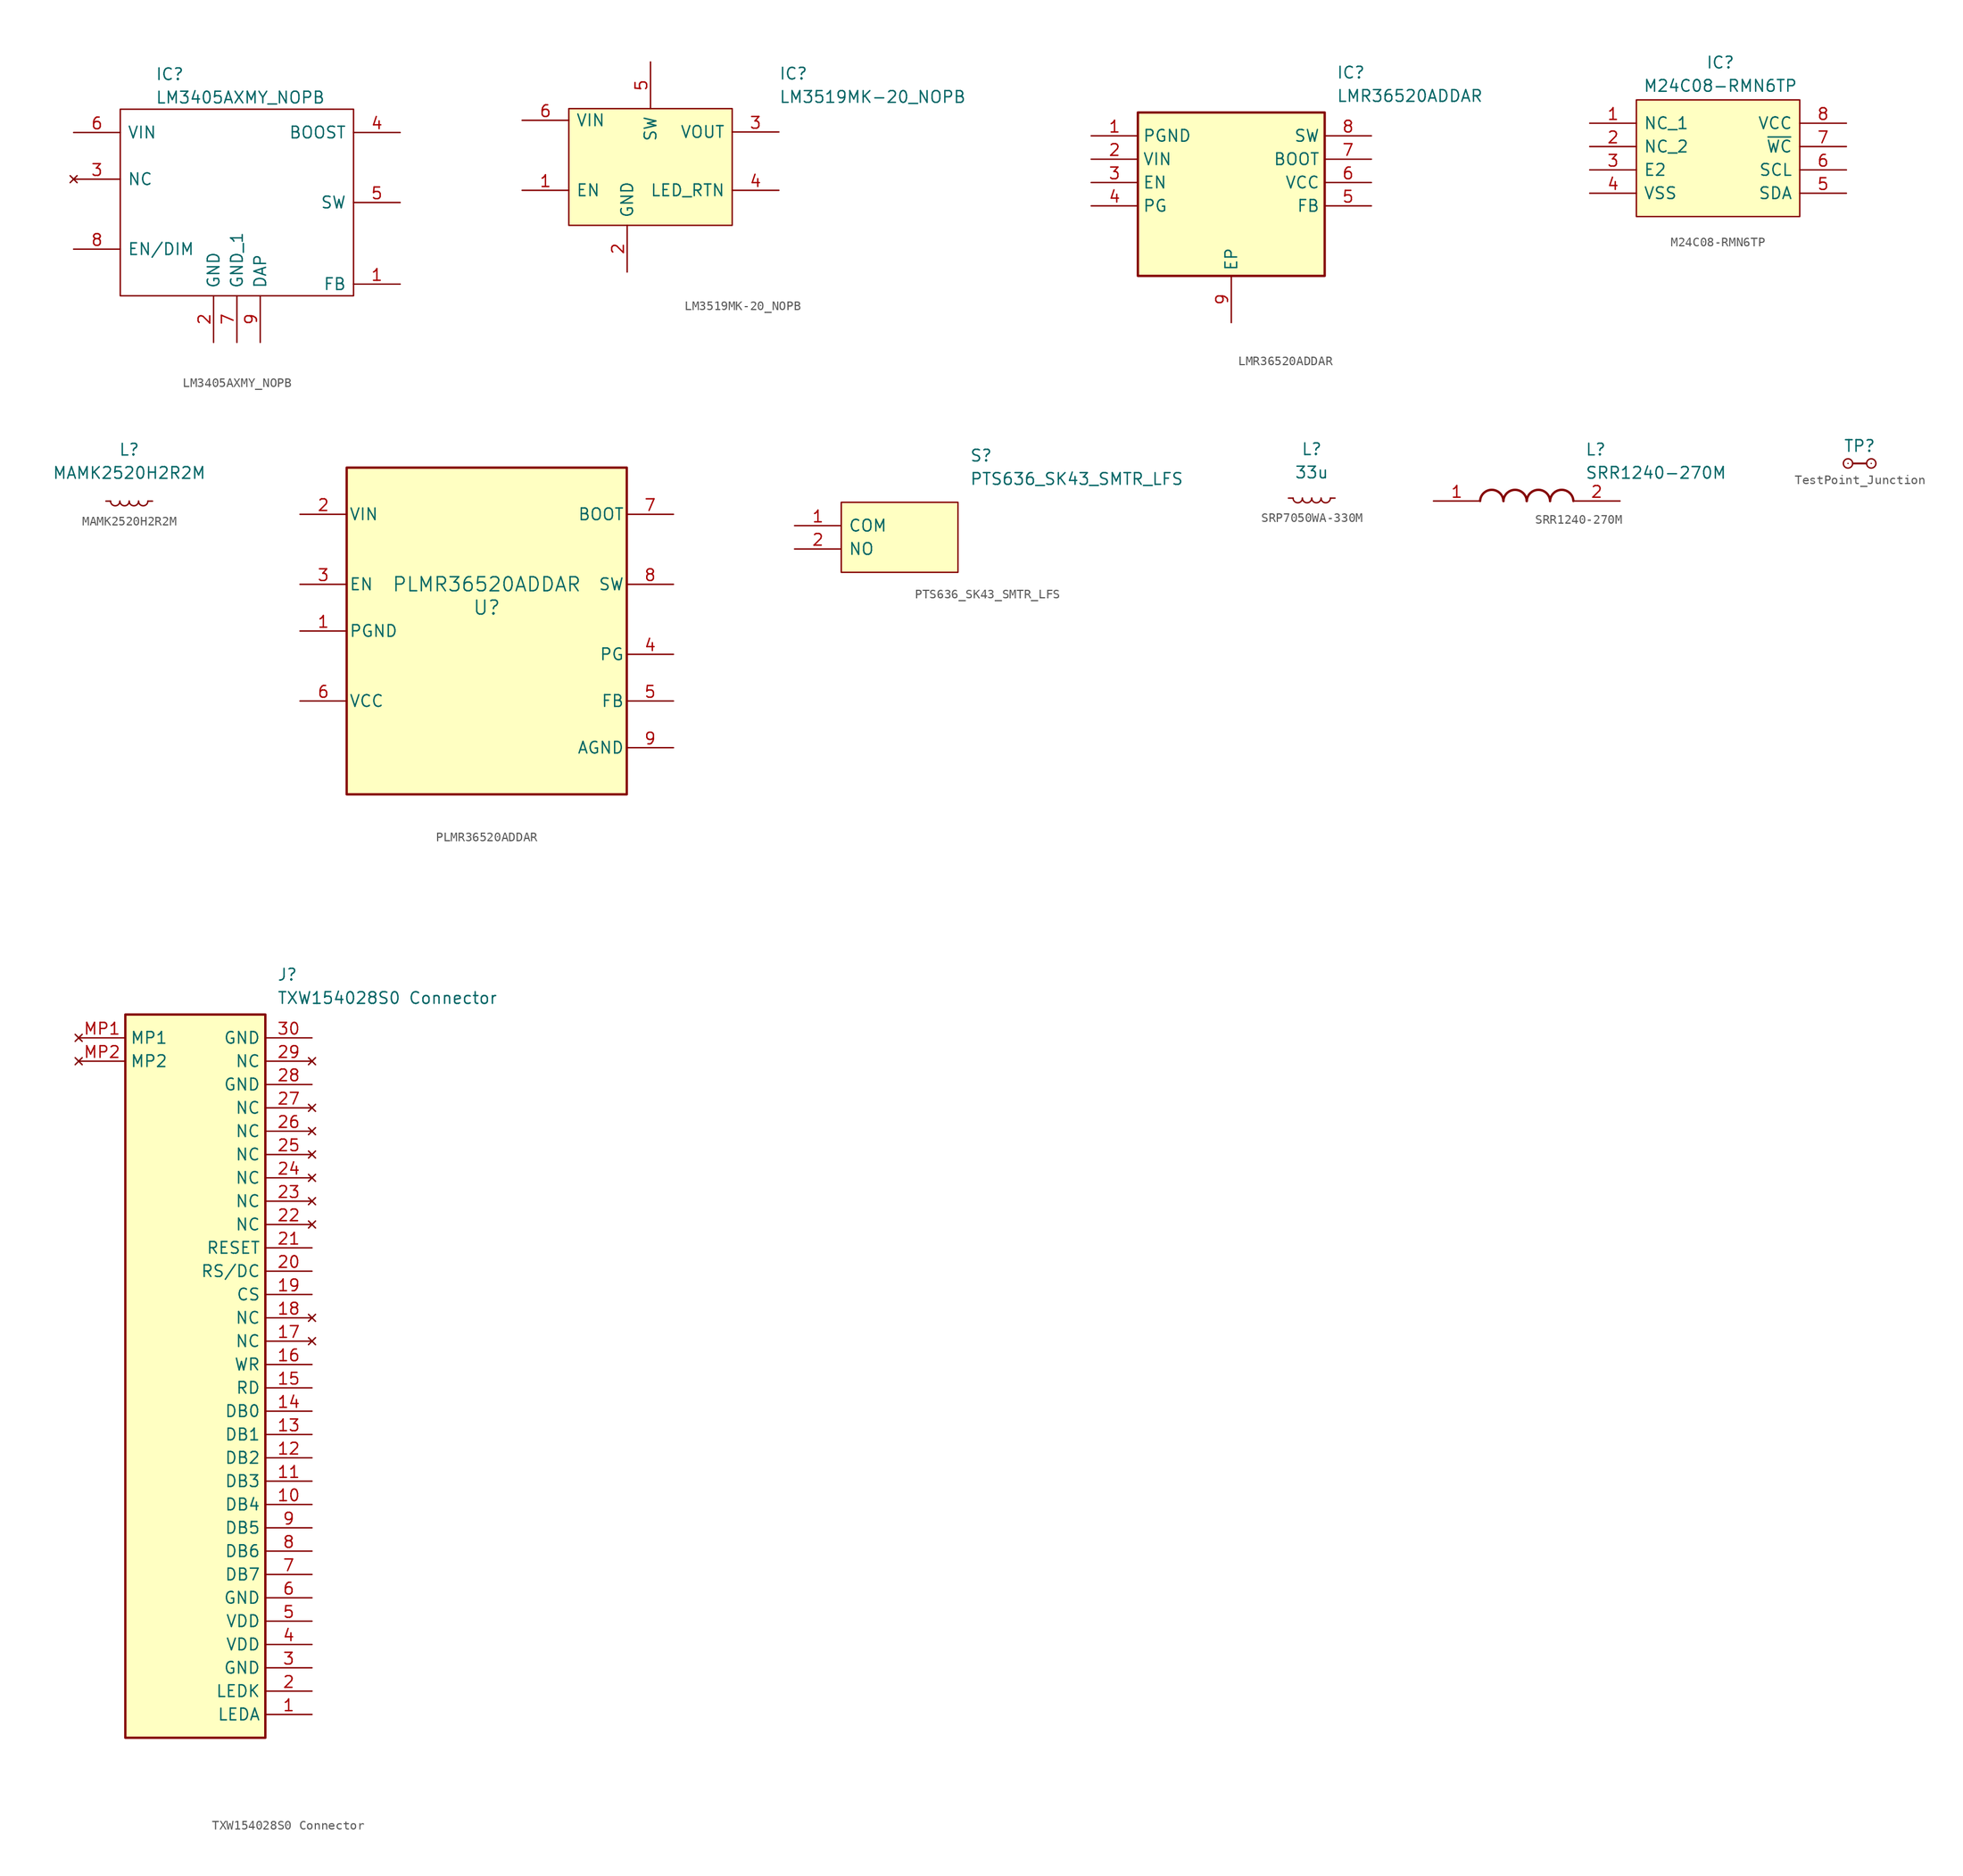
<source format=kicad_sym>
(kicad_symbol_lib
  (version 20231120)
  (generator "kicad_symbol_editor")
  (generator_version "8.0")
  (symbol "LM3405AXMY_NOPB"
    (pin_names
      (offset 0.762))
    (property "Reference" "IC"
      (at -8.89 13.97 0)
      (effects (font (size 1.27 1.27)) (justify left)))
    (property "Value" "LM3405AXMY_NOPB"
      (at -8.89 11.43 0)
      (effects (font (size 1.27 1.27)) (justify left)))
    (symbol "LM3405AXMY_NOPB_0_0"
      (pin passive line (at 17.78 -8.89 180) (length 5.08) (name "FB" (effects (font (size 1.27 1.27)))) (number "1" (effects (font (size 1.27 1.27)))))
      (pin power_in line (at -2.54 -15.24 90) (length 5.08) (name "GND" (effects (font (size 1.27 1.27)))) (number "2" (effects (font (size 1.27 1.27)))))
      (pin no_connect line (at -17.78 2.54 0) (length 5.08) (name "NC" (effects (font (size 1.27 1.27)))) (number "3" (effects (font (size 1.27 1.27)))))
      (pin passive line (at 17.78 7.62 180) (length 5.08) (name "BOOST" (effects (font (size 1.27 1.27)))) (number "4" (effects (font (size 1.27 1.27)))))
      (pin passive line (at 17.78 0 180) (length 5.08) (name "SW" (effects (font (size 1.27 1.27)))) (number "5" (effects (font (size 1.27 1.27)))))
      (pin input line (at -17.78 7.62 0) (length 5.08) (name "VIN" (effects (font (size 1.27 1.27)))) (number "6" (effects (font (size 1.27 1.27)))))
      (pin power_in line (at 0 -15.24 90) (length 5.08) (name "GND_1" (effects (font (size 1.27 1.27)))) (number "7" (effects (font (size 1.27 1.27)))))
      (pin passive line (at -17.78 -5.08 0) (length 5.08) (name "EN/DIM" (effects (font (size 1.27 1.27)))) (number "8" (effects (font (size 1.27 1.27)))))
      (pin passive line (at 2.54 -15.24 90) (length 5.08) (name "DAP" (effects (font (size 1.27 1.27)))) (number "9" (effects (font (size 1.27 1.27))))))
    (symbol "LM3405AXMY_NOPB_0_1"
      (polyline (pts (xy -12.7 10.16) (xy 12.7 10.16) (xy 12.7 -10.16) (xy -12.7 -10.16) (xy -12.7 10.16)) (stroke (width 0.152) (type solid)) (fill (type none)))))
  (symbol "LM3519MK-20_NOPB"
    (pin_names
      (offset 0.762))
    (property "Reference" "IC"
      (at 13.97 10.16 0)
      (effects (font (size 1.27 1.27)) (justify left)))
    (property "Value" "LM3519MK-20_NOPB"
      (at 13.97 7.62 0)
      (effects (font (size 1.27 1.27)) (justify left)))
    (symbol "LM3519MK-20_NOPB_0_0"
      (pin passive line (at -13.97 -2.54 0) (length 5.08) (name "EN" (effects (font (size 1.27 1.27)))) (number "1" (effects (font (size 1.27 1.27)))))
      (pin passive line (at -2.54 -11.43 90) (length 5.08) (name "GND" (effects (font (size 1.27 1.27)))) (number "2" (effects (font (size 1.27 1.27)))))
      (pin passive line (at 13.97 3.81 180) (length 5.08) (name "VOUT" (effects (font (size 1.27 1.27)))) (number "3" (effects (font (size 1.27 1.27)))))
      (pin passive line (at 13.97 -2.54 180) (length 5.08) (name "LED_RTN" (effects (font (size 1.27 1.27)))) (number "4" (effects (font (size 1.27 1.27)))))
      (pin passive line (at 0 11.43 270) (length 5.08) (name "SW" (effects (font (size 1.27 1.27)))) (number "5" (effects (font (size 1.27 1.27)))))
      (pin passive line (at -13.97 5.08 0) (length 5.08) (name "VIN" (effects (font (size 1.27 1.27)))) (number "6" (effects (font (size 1.27 1.27))))))
    (symbol "LM3519MK-20_NOPB_1_1"
      (rectangle (start -8.89 6.35) (end 8.89 -6.35) (stroke (width 0) (type default)) (fill (type background)))))
  (symbol "LMR36520ADDAR"
    (property "Reference" "IC"
      (at 26.67 7.62 0)
      (effects (font (size 1.27 1.27)) (justify left top)))
    (property "Value" "LMR36520ADDAR"
      (at 26.67 5.08 0)
      (effects (font (size 1.27 1.27)) (justify left top)))
    (symbol "LMR36520ADDAR_1_1"
      (rectangle (start 5.08 2.54) (end 25.4 -15.24) (stroke (width 0.254) (type default)) (fill (type background)))
      (pin passive line (at 0 0 0) (length 5.08) (name "PGND" (effects (font (size 1.27 1.27)))) (number "1" (effects (font (size 1.27 1.27)))))
      (pin passive line (at 0 -2.54 0) (length 5.08) (name "VIN" (effects (font (size 1.27 1.27)))) (number "2" (effects (font (size 1.27 1.27)))))
      (pin passive line (at 0 -5.08 0) (length 5.08) (name "EN" (effects (font (size 1.27 1.27)))) (number "3" (effects (font (size 1.27 1.27)))))
      (pin passive line (at 0 -7.62 0) (length 5.08) (name "PG" (effects (font (size 1.27 1.27)))) (number "4" (effects (font (size 1.27 1.27)))))
      (pin passive line (at 30.48 -7.62 180) (length 5.08) (name "FB" (effects (font (size 1.27 1.27)))) (number "5" (effects (font (size 1.27 1.27)))))
      (pin passive line (at 30.48 -5.08 180) (length 5.08) (name "VCC" (effects (font (size 1.27 1.27)))) (number "6" (effects (font (size 1.27 1.27)))))
      (pin passive line (at 30.48 -2.54 180) (length 5.08) (name "BOOT" (effects (font (size 1.27 1.27)))) (number "7" (effects (font (size 1.27 1.27)))))
      (pin passive line (at 30.48 0 180) (length 5.08) (name "SW" (effects (font (size 1.27 1.27)))) (number "8" (effects (font (size 1.27 1.27)))))
      (pin passive line (at 15.24 -20.32 90) (length 5.08) (name "EP" (effects (font (size 1.27 1.27)))) (number "9" (effects (font (size 1.27 1.27)))))))
  (symbol "M24C08-RMN6TP"
    (pin_names
      (offset 0.762))
    (property "Reference" "IC"
      (at 0.254 10.414 0)
      (effects (font (size 1.27 1.27))))
    (property "Value" "M24C08-RMN6TP"
      (at 0.254 7.874 0)
      (effects (font (size 1.27 1.27))))
    (symbol "M24C08-RMN6TP_0_0"
      (pin passive line (at -13.97 3.81 0) (length 5.08) (name "NC_1" (effects (font (size 1.27 1.27)))) (number "1" (effects (font (size 1.27 1.27)))))
      (pin passive line (at -13.97 1.27 0) (length 5.08) (name "NC_2" (effects (font (size 1.27 1.27)))) (number "2" (effects (font (size 1.27 1.27)))))
      (pin passive line (at -13.97 -1.27 0) (length 5.08) (name "E2" (effects (font (size 1.27 1.27)))) (number "3" (effects (font (size 1.27 1.27)))))
      (pin passive line (at -13.97 -3.81 0) (length 5.08) (name "VSS" (effects (font (size 1.27 1.27)))) (number "4" (effects (font (size 1.27 1.27)))))
      (pin passive line (at 13.97 -3.81 180) (length 5.08) (name "SDA" (effects (font (size 1.27 1.27)))) (number "5" (effects (font (size 1.27 1.27)))))
      (pin passive line (at 13.97 -1.27 180) (length 5.08) (name "SCL" (effects (font (size 1.27 1.27)))) (number "6" (effects (font (size 1.27 1.27)))))
      (pin passive line (at 13.97 1.27 180) (length 5.08) (name "~{WC}" (effects (font (size 1.27 1.27)))) (number "7" (effects (font (size 1.27 1.27)))))
      (pin passive line (at 13.97 3.81 180) (length 5.08) (name "VCC" (effects (font (size 1.27 1.27)))) (number "8" (effects (font (size 1.27 1.27))))))
    (symbol "M24C08-RMN6TP_1_1"
      (polyline (pts (xy -8.89 6.35) (xy 8.89 6.35) (xy 8.89 -6.35) (xy -8.89 -6.35) (xy -8.89 6.35)) (stroke (width 0.152) (type solid)) (fill (type background)))))
  (symbol "MAMK2520H2R2M"
    (pin_numbers hide)
    (pin_names hide)
    (property "Reference" "L"
      (at 0 6.35 0)
      (effects (font (size 1.27 1.27)) (justify top)))
    (property "Value" "MAMK2520H2R2M"
      (at 0 3.81 0)
      (effects (font (size 1.27 1.27)) (justify top)))
    (symbol "MAMK2520H2R2M_0_1"
      (arc (start -2.032 0) (mid -1.524 -0.5058) (end -1.016 0) (stroke (width 0) (type default)) (fill (type none)))
      (arc (start -1.016 0) (mid -0.508 -0.5058) (end 0 0) (stroke (width 0) (type default)) (fill (type none)))
      (arc (start 0 0) (mid 0.508 -0.5058) (end 1.016 0) (stroke (width 0) (type default)) (fill (type none)))
      (arc (start 1.016 0) (mid 1.524 -0.5058) (end 2.032 0) (stroke (width 0) (type default)) (fill (type none))))
    (symbol "MAMK2520H2R2M_1_1"
      (pin passive line (at -2.54 0 0) (length 0.508) (name "~" (effects (font (size 1.27 1.27)))) (number "1" (effects (font (size 1.27 1.27)))))
      (pin passive line (at 2.54 0 180) (length 0.508) (name "~" (effects (font (size 1.27 1.27)))) (number "2" (effects (font (size 1.27 1.27)))))))
  (symbol "PLMR36520ADDAR"
    (pin_names
      (offset 0.254))
    (property "Reference" "U"
      (at 0 2.54 0)
      (effects (font (size 1.524 1.524))))
    (property "Value" "PLMR36520ADDAR"
      (at 0 5.08 0)
      (effects (font (size 1.524 1.524))))
    (symbol "PLMR36520ADDAR_0_1"
      (pin power_in line (at -20.32 0 0) (length 5.08) (name "PGND" (effects (font (size 1.27 1.27)))) (number "1" (effects (font (size 1.27 1.27)))))
      (pin power_in line (at -20.32 12.7 0) (length 5.08) (name "VIN" (effects (font (size 1.27 1.27)))) (number "2" (effects (font (size 1.27 1.27)))))
      (pin input line (at -20.32 5.08 0) (length 5.08) (name "EN" (effects (font (size 1.27 1.27)))) (number "3" (effects (font (size 1.27 1.27)))))
      (pin open_collector line (at 20.32 -2.54 180) (length 5.08) (name "PG" (effects (font (size 1.27 1.27)))) (number "4" (effects (font (size 1.27 1.27)))))
      (pin input line (at 20.32 -7.62 180) (length 5.08) (name "FB" (effects (font (size 1.27 1.27)))) (number "5" (effects (font (size 1.27 1.27)))))
      (pin power_in line (at -20.32 -7.62 0) (length 5.08) (name "VCC" (effects (font (size 1.27 1.27)))) (number "6" (effects (font (size 1.27 1.27)))))
      (pin power_in line (at 20.32 12.7 180) (length 5.08) (name "BOOT" (effects (font (size 1.27 1.27)))) (number "7" (effects (font (size 1.27 1.27)))))
      (pin power_in line (at 20.32 5.08 180) (length 5.08) (name "SW" (effects (font (size 1.27 1.27)))) (number "8" (effects (font (size 1.27 1.27)))))
      (pin unspecified line (at 20.32 -12.7 180) (length 5.08) (name "AGND" (effects (font (size 1.27 1.27)))) (number "9" (effects (font (size 1.27 1.27))))))
    (symbol "PLMR36520ADDAR_1_1"
      (rectangle (start -15.24 17.78) (end 15.24 -17.78) (stroke (width 0.254) (type default)) (fill (type background)))))
  (symbol "PTS636_SK43_SMTR_LFS"
    (pin_names
      (offset 0.762))
    (property "Reference" "S"
      (at 19.05 7.62 0)
      (effects (font (size 1.27 1.27)) (justify left)))
    (property "Value" "PTS636_SK43_SMTR_LFS"
      (at 19.05 5.08 0)
      (effects (font (size 1.27 1.27)) (justify left)))
    (symbol "PTS636_SK43_SMTR_LFS_0_0"
      (pin passive line (at 0 0 0) (length 5.08) (name "COM" (effects (font (size 1.27 1.27)))) (number "1" (effects (font (size 1.27 1.27)))))
      (pin passive line (at 0 -2.54 0) (length 5.08) (name "NO" (effects (font (size 1.27 1.27)))) (number "2" (effects (font (size 1.27 1.27))))))
    (symbol "PTS636_SK43_SMTR_LFS_1_1"
      (polyline (pts (xy 5.08 2.54) (xy 17.78 2.54) (xy 17.78 -5.08) (xy 5.08 -5.08) (xy 5.08 2.54)) (stroke (width 0.152) (type solid)) (fill (type background)))))
  (symbol "SRP7050WA-330M"
    (pin_numbers hide)
    (pin_names
      (offset 0.762))
    (property "Reference" "L"
      (at 0 5.334 0)
      (effects (font (size 1.27 1.27))))
    (property "Value" "33u"
      (at 0 2.794 0)
      (effects (font (size 1.27 1.27))))
    (symbol "SRP7050WA-330M_0_1"
      (arc (start -2.032 0) (mid -1.524 -0.5058) (end -1.016 0) (stroke (width 0) (type default)) (fill (type none)))
      (arc (start -1.016 0) (mid -0.508 -0.5058) (end 0 0) (stroke (width 0) (type default)) (fill (type none)))
      (arc (start 0 0) (mid 0.508 -0.5058) (end 1.016 0) (stroke (width 0) (type default)) (fill (type none)))
      (arc (start 1.016 0) (mid 1.524 -0.5058) (end 2.032 0) (stroke (width 0) (type default)) (fill (type none))))
    (symbol "SRP7050WA-330M_1_1"
      (pin passive line (at -2.54 0 0) (length 0.508) (name "~" (effects (font (size 1.27 1.27)))) (number "1" (effects (font (size 1.27 1.27)))))
      (pin passive line (at 2.54 0 180) (length 0.508) (name "~" (effects (font (size 1.27 1.27)))) (number "2" (effects (font (size 1.27 1.27)))))))
  (symbol "SRR1240-270M"
    (pin_names hide)
    (property "Reference" "L"
      (at 16.51 6.35 0)
      (effects (font (size 1.27 1.27)) (justify left top)))
    (property "Value" "SRR1240-270M"
      (at 16.51 3.81 0)
      (effects (font (size 1.27 1.27)) (justify left top)))
    (symbol "SRR1240-270M_1_1"
      (arc (start 7.62 0) (mid 6.35 1.219) (end 5.08 0) (stroke (width 0.254) (type default)) (fill (type none)))
      (arc (start 10.16 0) (mid 8.89 1.219) (end 7.62 0) (stroke (width 0.254) (type default)) (fill (type none)))
      (arc (start 12.7 0) (mid 11.43 1.219) (end 10.16 0) (stroke (width 0.254) (type default)) (fill (type none)))
      (arc (start 15.24 0) (mid 13.97 1.219) (end 12.7 0) (stroke (width 0.254) (type default)) (fill (type none)))
      (pin passive line (at 0 0 0) (length 5.08) (name "1" (effects (font (size 1.27 1.27)))) (number "1" (effects (font (size 1.27 1.27)))))
      (pin passive line (at 20.32 0 180) (length 5.08) (name "2" (effects (font (size 1.27 1.27)))) (number "2" (effects (font (size 1.27 1.27)))))))
  (symbol "TestPoint_Junction"
    (pin_numbers hide)
    (pin_names
      (offset 0.762) hide)
    (property "Reference" "TP"
      (at 0 1.905 0)
      (effects (font (size 1.27 1.27))))
    (symbol "TestPoint_Junction_0_1"
      (circle (center -1.27 0) (radius 0.508) (stroke (width 0) (type default)) (fill (type none)))
      (circle (center 1.27 0) (radius 0.508) (stroke (width 0) (type default)) (fill (type none))))
    (symbol "TestPoint_Junction_1_1"
      (polyline (pts (xy -0.737 0) (xy 0.737 0)) (stroke (width 0.2) (type default)) (fill (type none)))
      (pin passive line (at 1.27 0 90) (length 0) (name "1" (effects (font (size 1.27 1.27)))) (number "1" (effects (font (size 1.27 1.27)))))
      (pin passive line (at -1.27 0 90) (length 0) (name "1" (effects (font (size 1.27 1.27)))) (number "2" (effects (font (size 1.27 1.27)))))))
  (symbol "TXW154028S0 Connector"
    (property "Reference" "J"
      (at 21.59 7.62 0)
      (effects (font (size 1.27 1.27)) (justify left top)))
    (property "Value" "TXW154028S0 Connector"
      (at 21.59 5.08 0)
      (effects (font (size 1.27 1.27)) (justify left top)))
    (symbol "TXW154028S0 Connector_1_1"
      (rectangle (start 5.08 2.54) (end 20.32 -76.2) (stroke (width 0.254) (type default)) (fill (type background)))
      (pin power_in line (at 25.4 -73.66 180) (length 5.08) (name "LEDA" (effects (font (size 1.27 1.27)))) (number "1" (effects (font (size 1.27 1.27)))))
      (pin bidirectional line (at 25.4 -50.8 180) (length 5.08) (name "DB4" (effects (font (size 1.27 1.27)))) (number "10" (effects (font (size 1.27 1.27)))))
      (pin bidirectional line (at 25.4 -48.26 180) (length 5.08) (name "DB3" (effects (font (size 1.27 1.27)))) (number "11" (effects (font (size 1.27 1.27)))))
      (pin bidirectional line (at 25.4 -45.72 180) (length 5.08) (name "DB2" (effects (font (size 1.27 1.27)))) (number "12" (effects (font (size 1.27 1.27)))))
      (pin bidirectional line (at 25.4 -43.18 180) (length 5.08) (name "DB1" (effects (font (size 1.27 1.27)))) (number "13" (effects (font (size 1.27 1.27)))))
      (pin bidirectional line (at 25.4 -40.64 180) (length 5.08) (name "DB0" (effects (font (size 1.27 1.27)))) (number "14" (effects (font (size 1.27 1.27)))))
      (pin input line (at 25.4 -38.1 180) (length 5.08) (name "RD" (effects (font (size 1.27 1.27)))) (number "15" (effects (font (size 1.27 1.27)))))
      (pin input line (at 25.4 -35.56 180) (length 5.08) (name "WR" (effects (font (size 1.27 1.27)))) (number "16" (effects (font (size 1.27 1.27)))))
      (pin no_connect line (at 25.4 -33.02 180) (length 5.08) (name "NC" (effects (font (size 1.27 1.27)))) (number "17" (effects (font (size 1.27 1.27)))))
      (pin no_connect line (at 25.4 -30.48 180) (length 5.08) (name "NC" (effects (font (size 1.27 1.27)))) (number "18" (effects (font (size 1.27 1.27)))))
      (pin input line (at 25.4 -27.94 180) (length 5.08) (name "CS" (effects (font (size 1.27 1.27)))) (number "19" (effects (font (size 1.27 1.27)))))
      (pin power_in line (at 25.4 -71.12 180) (length 5.08) (name "LEDK" (effects (font (size 1.27 1.27)))) (number "2" (effects (font (size 1.27 1.27)))))
      (pin input line (at 25.4 -25.4 180) (length 5.08) (name "RS/DC" (effects (font (size 1.27 1.27)))) (number "20" (effects (font (size 1.27 1.27)))))
      (pin input line (at 25.4 -22.86 180) (length 5.08) (name "RESET" (effects (font (size 1.27 1.27)))) (number "21" (effects (font (size 1.27 1.27)))))
      (pin no_connect line (at 25.4 -20.32 180) (length 5.08) (name "NC" (effects (font (size 1.27 1.27)))) (number "22" (effects (font (size 1.27 1.27)))))
      (pin no_connect line (at 25.4 -17.78 180) (length 5.08) (name "NC" (effects (font (size 1.27 1.27)))) (number "23" (effects (font (size 1.27 1.27)))))
      (pin no_connect line (at 25.4 -15.24 180) (length 5.08) (name "NC" (effects (font (size 1.27 1.27)))) (number "24" (effects (font (size 1.27 1.27)))))
      (pin no_connect line (at 25.4 -12.7 180) (length 5.08) (name "NC" (effects (font (size 1.27 1.27)))) (number "25" (effects (font (size 1.27 1.27)))))
      (pin no_connect line (at 25.4 -10.16 180) (length 5.08) (name "NC" (effects (font (size 1.27 1.27)))) (number "26" (effects (font (size 1.27 1.27)))))
      (pin no_connect line (at 25.4 -7.62 180) (length 5.08) (name "NC" (effects (font (size 1.27 1.27)))) (number "27" (effects (font (size 1.27 1.27)))))
      (pin power_in line (at 25.4 -5.08 180) (length 5.08) (name "GND" (effects (font (size 1.27 1.27)))) (number "28" (effects (font (size 1.27 1.27)))))
      (pin no_connect line (at 25.4 -2.54 180) (length 5.08) (name "NC" (effects (font (size 1.27 1.27)))) (number "29" (effects (font (size 1.27 1.27)))))
      (pin power_in line (at 25.4 -68.58 180) (length 5.08) (name "GND" (effects (font (size 1.27 1.27)))) (number "3" (effects (font (size 1.27 1.27)))))
      (pin power_in line (at 25.4 0 180) (length 5.08) (name "GND" (effects (font (size 1.27 1.27)))) (number "30" (effects (font (size 1.27 1.27)))))
      (pin power_in line (at 25.4 -66.04 180) (length 5.08) (name "VDD" (effects (font (size 1.27 1.27)))) (number "4" (effects (font (size 1.27 1.27)))))
      (pin power_in line (at 25.4 -63.5 180) (length 5.08) (name "VDD" (effects (font (size 1.27 1.27)))) (number "5" (effects (font (size 1.27 1.27)))))
      (pin power_in line (at 25.4 -60.96 180) (length 5.08) (name "GND" (effects (font (size 1.27 1.27)))) (number "6" (effects (font (size 1.27 1.27)))))
      (pin bidirectional line (at 25.4 -58.42 180) (length 5.08) (name "DB7" (effects (font (size 1.27 1.27)))) (number "7" (effects (font (size 1.27 1.27)))))
      (pin bidirectional line (at 25.4 -55.88 180) (length 5.08) (name "DB6" (effects (font (size 1.27 1.27)))) (number "8" (effects (font (size 1.27 1.27)))))
      (pin bidirectional line (at 25.4 -53.34 180) (length 5.08) (name "DB5" (effects (font (size 1.27 1.27)))) (number "9" (effects (font (size 1.27 1.27)))))
      (pin no_connect line (at 0 0 0) (length 5.08) (name "MP1" (effects (font (size 1.27 1.27)))) (number "MP1" (effects (font (size 1.27 1.27)))))
      (pin no_connect line (at 0 -2.54 0) (length 5.08) (name "MP2" (effects (font (size 1.27 1.27)))) (number "MP2" (effects (font (size 1.27 1.27))))))))
</source>
